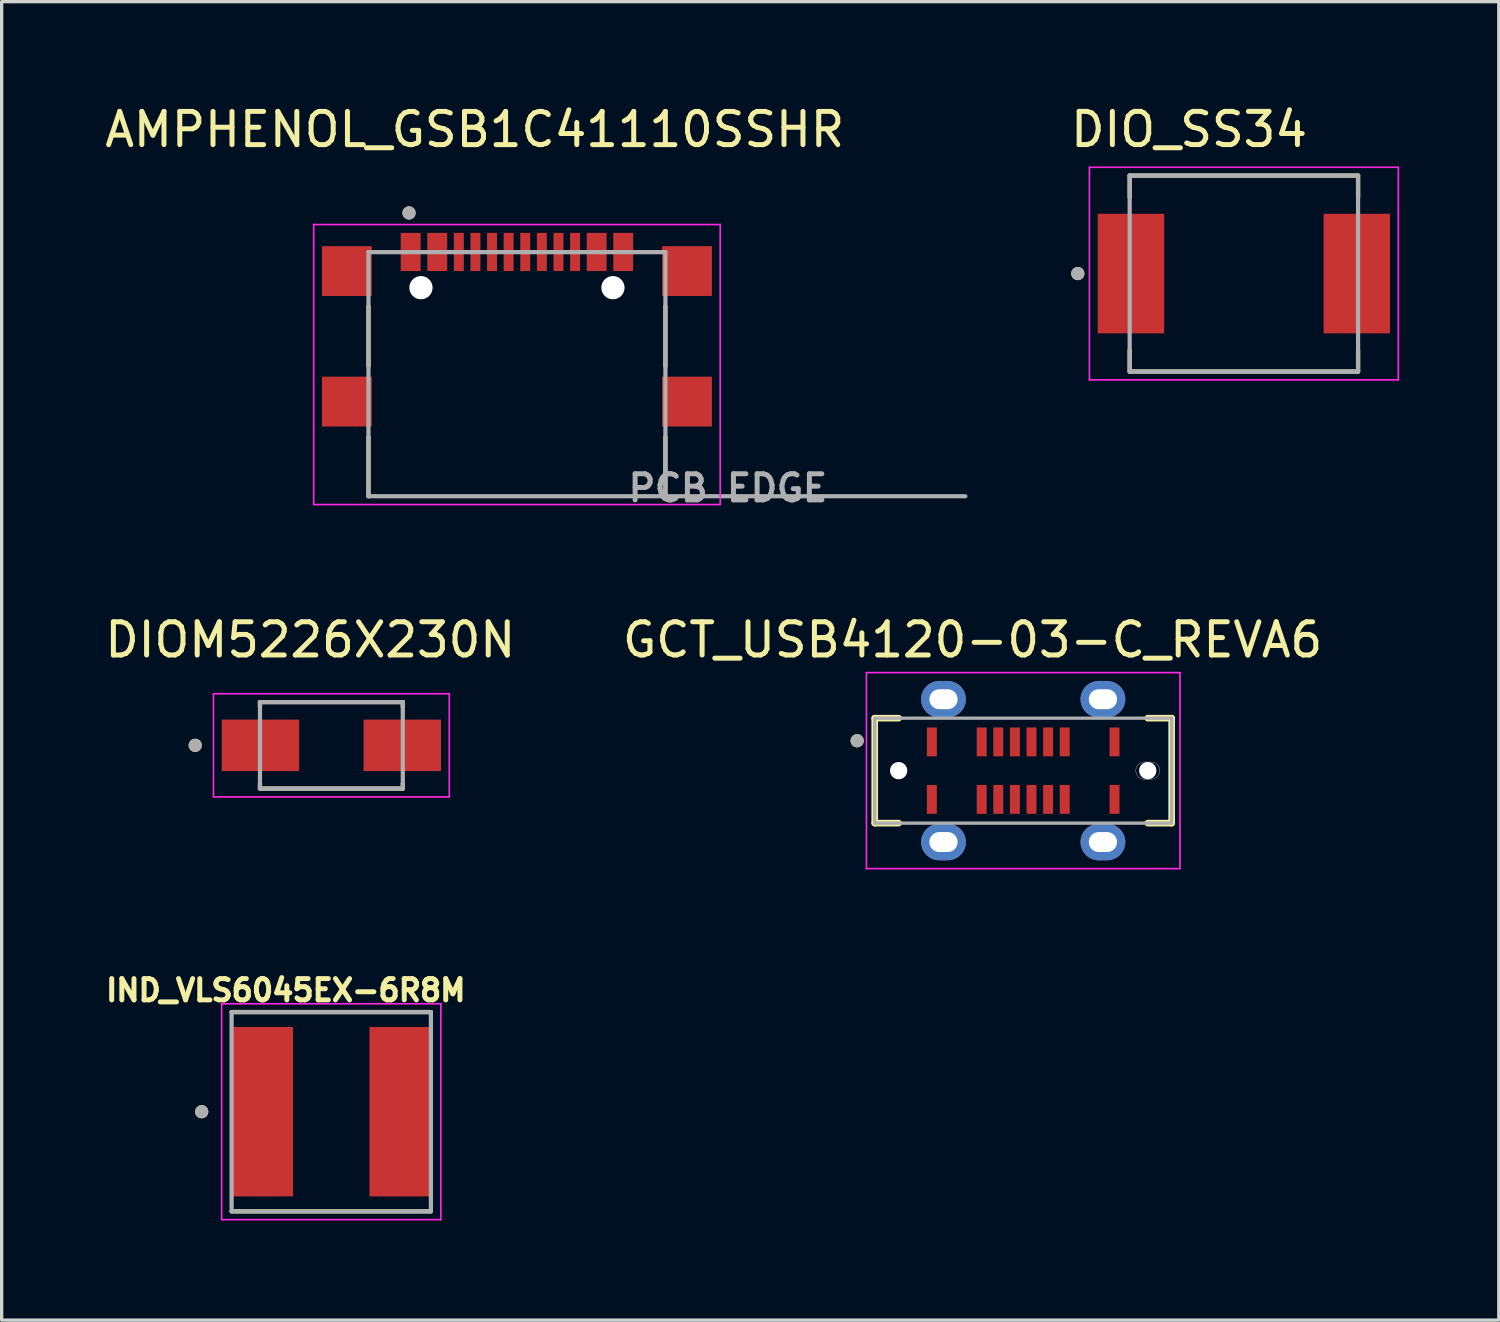
<source format=kicad_pcb>
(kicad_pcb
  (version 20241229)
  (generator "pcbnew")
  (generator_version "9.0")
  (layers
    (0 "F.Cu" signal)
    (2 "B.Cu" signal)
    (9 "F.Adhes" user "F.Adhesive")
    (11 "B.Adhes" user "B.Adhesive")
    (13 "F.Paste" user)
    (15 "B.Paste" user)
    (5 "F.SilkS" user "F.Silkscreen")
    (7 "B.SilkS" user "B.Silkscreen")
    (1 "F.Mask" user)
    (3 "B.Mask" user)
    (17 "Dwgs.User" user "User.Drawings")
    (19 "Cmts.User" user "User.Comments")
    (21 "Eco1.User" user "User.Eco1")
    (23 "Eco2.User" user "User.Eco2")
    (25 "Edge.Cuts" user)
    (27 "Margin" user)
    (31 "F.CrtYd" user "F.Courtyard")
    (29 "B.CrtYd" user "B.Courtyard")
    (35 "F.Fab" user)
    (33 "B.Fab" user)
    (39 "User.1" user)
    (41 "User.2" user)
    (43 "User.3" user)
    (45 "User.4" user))
  (footprint "IND_VLS6045EX-6R8M"
    (layer "F.Cu")
    (at 6.923 30.421)
    (property "Reference" "IND_VLS6045EX-6R8M" (at -1.368 -3.656 0) (layer "F.SilkS") (effects (font (size 0.64 0.64) (thickness 0.15))))
    (attr smd)
    (fp_line (start -3 -3) (end 3 -3) (stroke (width 0.127) (type solid)) (layer "F.SilkS"))
    (fp_line (start -3 3) (end 3 3) (stroke (width 0.127) (type solid)) (layer "F.SilkS"))
    (fp_circle (center -3.9 0) (end -3.8 0) (stroke (width 0.2) (type solid)) (fill no) (layer "F.SilkS"))
    (fp_line (start -3.3 -3.25) (end -3.3 3.25) (stroke (width 0.05) (type solid)) (layer "F.CrtYd"))
    (fp_line (start -3.3 3.25) (end 3.3 3.25) (stroke (width 0.05) (type solid)) (layer "F.CrtYd"))
    (fp_line (start 3.3 -3.25) (end -3.3 -3.25) (stroke (width 0.05) (type solid)) (layer "F.CrtYd"))
    (fp_line (start 3.3 3.25) (end 3.3 -3.25) (stroke (width 0.05) (type solid)) (layer "F.CrtYd"))
    (fp_line (start -3 -3) (end -3 3) (stroke (width 0.127) (type solid)) (layer "F.Fab"))
    (fp_line (start -3 -3) (end 3 -3) (stroke (width 0.127) (type solid)) (layer "F.Fab"))
    (fp_line (start -3 3) (end 3 3) (stroke (width 0.127) (type solid)) (layer "F.Fab"))
    (fp_line (start 3 -3) (end 3 3) (stroke (width 0.127) (type solid)) (layer "F.Fab"))
    (fp_circle (center -3.9 0) (end -3.8 0) (stroke (width 0.2) (type solid)) (fill no) (layer "F.Fab"))
    (pad "1" smd rect (at -2.1 0) (size 1.9 5.1) (layers "F.Cu" "F.Mask" "F.Paste"))
    (pad "2" smd rect (at 2.1 0) (size 1.9 5.1) (layers "F.Cu" "F.Mask" "F.Paste")))
  (footprint "GCT_USB4120-03-C_REVA6"
    (layer "F.Cu")
    (at 27.756 20.152)
    (property "Reference" "GCT_USB4120-03-C_REVA6" (at -1.524 -3.937 0) (layer "F.SilkS") (effects (font (size 1 1) (thickness 0.15))))
    (attr smd)
    (fp_line (start -4.47 -1.58) (end -4.47 1.58) (stroke (width 0.2) (type solid)) (layer "F.SilkS"))
    (fp_line (start -4.47 1.58) (end -3.75 1.58) (stroke (width 0.2) (type solid)) (layer "F.SilkS"))
    (fp_line (start -3.75 -1.58) (end -4.47 -1.58) (stroke (width 0.2) (type solid)) (layer "F.SilkS"))
    (fp_line (start 3.75 -1.58) (end 4.47 -1.58) (stroke (width 0.2) (type solid)) (layer "F.SilkS"))
    (fp_line (start 4.47 -1.58) (end 4.47 1.58) (stroke (width 0.2) (type solid)) (layer "F.SilkS"))
    (fp_line (start 4.47 1.58) (end 3.75 1.58) (stroke (width 0.2) (type solid)) (layer "F.SilkS"))
    (fp_circle (center -5 -0.9) (end -4.9 -0.9) (stroke (width 0.2) (type solid)) (fill no) (layer "F.SilkS"))
    (fp_line (start 3.65 -0.26) (end 3.85 -0.26) (stroke (width 0.01) (type solid)) (layer "Edge.Cuts"))
    (fp_line (start 3.85 0.26) (end 3.65 0.26) (stroke (width 0.01) (type solid)) (layer "Edge.Cuts"))
    (fp_arc (start 3.39 0) (mid 3.466152 -0.183848) (end 3.65 -0.26) (stroke (width 0.01) (type solid)) (layer "Edge.Cuts"))
    (fp_arc (start 3.65 0.26) (mid 3.466152 0.183848) (end 3.39 0) (stroke (width 0.01) (type solid)) (layer "Edge.Cuts"))
    (fp_arc (start 3.85 -0.26) (mid 4.033848 -0.183848) (end 4.11 0) (stroke (width 0.01) (type solid)) (layer "Edge.Cuts"))
    (fp_arc (start 4.11 0) (mid 4.033848 0.183848) (end 3.85 0.26) (stroke (width 0.01) (type solid)) (layer "Edge.Cuts"))
    (fp_line (start -4.72 -2.95) (end 4.72 -2.95) (stroke (width 0.05) (type solid)) (layer "F.CrtYd"))
    (fp_line (start -4.72 2.95) (end -4.72 -2.95) (stroke (width 0.05) (type solid)) (layer "F.CrtYd"))
    (fp_line (start 4.72 -2.95) (end 4.72 2.95) (stroke (width 0.05) (type solid)) (layer "F.CrtYd"))
    (fp_line (start 4.72 2.95) (end -4.72 2.95) (stroke (width 0.05) (type solid)) (layer "F.CrtYd"))
    (fp_line (start -4.47 -1.58) (end 4.47 -1.58) (stroke (width 0.1) (type solid)) (layer "F.Fab"))
    (fp_line (start -4.47 1.58) (end -4.47 -1.58) (stroke (width 0.1) (type solid)) (layer "F.Fab"))
    (fp_line (start 4.47 -1.58) (end 4.47 1.58) (stroke (width 0.1) (type solid)) (layer "F.Fab"))
    (fp_line (start 4.47 1.58) (end -4.47 1.58) (stroke (width 0.1) (type solid)) (layer "F.Fab"))
    (fp_circle (center -5 -0.9) (end -4.9 -0.9) (stroke (width 0.2) (type solid)) (fill no) (layer "F.Fab"))
    (pad "" np_thru_hole circle (at -3.75 0) (size 0.52 0.52) (drill 0.52) (layers "*.Cu" "*.Mask"))
    (pad "" np_thru_hole circle (at 3.75 0) (size 0.52 0.52) (drill 0.52) (layers "*.Cu" "*.Mask"))
    (pad "A1" smd rect (at -2.75 -0.865) (size 0.3 0.87) (layers "F.Cu" "F.Mask" "F.Paste"))
    (pad "A4" smd rect (at -1.25 -0.865) (size 0.3 0.87) (layers "F.Cu" "F.Mask" "F.Paste"))
    (pad "A5" smd rect (at -0.75 -0.865) (size 0.3 0.87) (layers "F.Cu" "F.Mask" "F.Paste"))
    (pad "A6" smd rect (at -0.25 -0.865) (size 0.3 0.87) (layers "F.Cu" "F.Mask" "F.Paste"))
    (pad "A7" smd rect (at 0.25 -0.865) (size 0.3 0.87) (layers "F.Cu" "F.Mask" "F.Paste"))
    (pad "A8" smd rect (at 0.75 -0.865) (size 0.3 0.87) (layers "F.Cu" "F.Mask" "F.Paste"))
    (pad "A9" smd rect (at 1.25 -0.865) (size 0.3 0.87) (layers "F.Cu" "F.Mask" "F.Paste"))
    (pad "A12" smd rect (at 2.75 -0.865) (size 0.3 0.87) (layers "F.Cu" "F.Mask" "F.Paste"))
    (pad "B1" smd rect (at 2.75 0.865) (size 0.3 0.87) (layers "F.Cu" "F.Mask" "F.Paste"))
    (pad "B4" smd rect (at 1.25 0.865) (size 0.3 0.87) (layers "F.Cu" "F.Mask" "F.Paste"))
    (pad "B5" smd rect (at 0.75 0.865) (size 0.3 0.87) (layers "F.Cu" "F.Mask" "F.Paste"))
    (pad "B6" smd rect (at 0.25 0.865) (size 0.3 0.87) (layers "F.Cu" "F.Mask" "F.Paste"))
    (pad "B7" smd rect (at -0.25 0.865) (size 0.3 0.87) (layers "F.Cu" "F.Mask" "F.Paste"))
    (pad "B8" smd rect (at -0.75 0.865) (size 0.3 0.87) (layers "F.Cu" "F.Mask" "F.Paste"))
    (pad "B9" smd rect (at -1.25 0.865) (size 0.3 0.87) (layers "F.Cu" "F.Mask" "F.Paste"))
    (pad "B12" smd rect (at -2.75 0.865) (size 0.3 0.87) (layers "F.Cu" "F.Mask" "F.Paste"))
    (pad "S1" thru_hole oval (at -2.4 -2.15) (size 1.35 1.1) (drill oval 0.85 0.6) (layers "*.Cu" "*.Mask"))
    (pad "S2" thru_hole oval (at -2.4 2.15) (size 1.35 1.1) (drill oval 0.85 0.6) (layers "*.Cu" "*.Mask"))
    (pad "S3" thru_hole oval (at 2.4 -2.15) (size 1.35 1.1) (drill oval 0.85 0.6) (layers "*.Cu" "*.Mask"))
    (pad "S4" thru_hole oval (at 2.4 2.15) (size 1.35 1.1) (drill oval 0.85 0.6) (layers "*.Cu" "*.Mask")))
  (footprint "AMPHENOL_GSB1C41110SSHR"
    (layer "F.Cu")
    (at 12.514 8.216)
    (property "Reference" "AMPHENOL_GSB1C41110SSHR" (at -1.27 -7.367 0) (layer "F.SilkS") (effects (font (size 1 1) (thickness 0.15))))
    (attr smd)
    (fp_poly (pts (xy -3.55 -4.305) (xy -2.85 -4.305) (xy -2.85 -3.055) (xy -3.55 -3.055)) (stroke (width 0.01) (type solid)) (fill yes) (layer "F.Mask"))
    (fp_poly (pts (xy -2.75 -4.305) (xy -2.05 -4.305) (xy -2.05 -3.055) (xy -2.75 -3.055)) (stroke (width 0.01) (type solid)) (fill yes) (layer "F.Mask"))
    (fp_poly (pts (xy -1.95 -4.305) (xy -1.55 -4.305) (xy -1.55 -3.055) (xy -1.95 -3.055)) (stroke (width 0.01) (type solid)) (fill yes) (layer "F.Mask"))
    (fp_poly (pts (xy -1.45 -4.305) (xy -1.05 -4.305) (xy -1.05 -3.055) (xy -1.45 -3.055)) (stroke (width 0.01) (type solid)) (fill yes) (layer "F.Mask"))
    (fp_poly (pts (xy -0.95 -4.305) (xy -0.55 -4.305) (xy -0.55 -3.055) (xy -0.95 -3.055)) (stroke (width 0.01) (type solid)) (fill yes) (layer "F.Mask"))
    (fp_poly (pts (xy -0.45 -4.305) (xy -0.05 -4.305) (xy -0.05 -3.055) (xy -0.45 -3.055)) (stroke (width 0.01) (type solid)) (fill yes) (layer "F.Mask"))
    (fp_poly (pts (xy 0.05 -4.305) (xy 0.45 -4.305) (xy 0.45 -3.055) (xy 0.05 -3.055)) (stroke (width 0.01) (type solid)) (fill yes) (layer "F.Mask"))
    (fp_poly (pts (xy 0.55 -4.305) (xy 0.95 -4.305) (xy 0.95 -3.055) (xy 0.55 -3.055)) (stroke (width 0.01) (type solid)) (fill yes) (layer "F.Mask"))
    (fp_poly (pts (xy 1.05 -4.305) (xy 1.45 -4.305) (xy 1.45 -3.055) (xy 1.05 -3.055)) (stroke (width 0.01) (type solid)) (fill yes) (layer "F.Mask"))
    (fp_poly (pts (xy 1.55 -4.305) (xy 1.95 -4.305) (xy 1.95 -3.055) (xy 1.55 -3.055)) (stroke (width 0.01) (type solid)) (fill yes) (layer "F.Mask"))
    (fp_poly (pts (xy 2.05 -4.305) (xy 2.75 -4.305) (xy 2.75 -3.055) (xy 2.05 -3.055)) (stroke (width 0.01) (type solid)) (fill yes) (layer "F.Mask"))
    (fp_poly (pts (xy 2.85 -4.305) (xy 3.55 -4.305) (xy 3.55 -3.055) (xy 2.85 -3.055)) (stroke (width 0.01) (type solid)) (fill yes) (layer "F.Mask"))
    (fp_line (start -4.47 -2.042) (end -4.47 -0.238) (stroke (width 0.127) (type solid)) (layer "F.SilkS"))
    (fp_line (start -4.47 3.675) (end -4.47 1.889) (stroke (width 0.127) (type solid)) (layer "F.SilkS"))
    (fp_line (start 4.47 -2.042) (end 4.47 -0.238) (stroke (width 0.127) (type solid)) (layer "F.SilkS"))
    (fp_line (start 4.47 3.675) (end 4.47 1.889) (stroke (width 0.127) (type solid)) (layer "F.SilkS"))
    (fp_circle (center -3.25 -4.855) (end -3.15 -4.855) (stroke (width 0.2) (type solid)) (fill no) (layer "F.SilkS"))
    (fp_line (start -6.12 -4.505) (end 6.12 -4.505) (stroke (width 0.05) (type solid)) (layer "F.CrtYd"))
    (fp_line (start -6.12 3.925) (end -6.12 -4.505) (stroke (width 0.05) (type solid)) (layer "F.CrtYd"))
    (fp_line (start 6.12 -4.505) (end 6.12 3.925) (stroke (width 0.05) (type solid)) (layer "F.CrtYd"))
    (fp_line (start 6.12 3.925) (end -6.12 3.925) (stroke (width 0.05) (type solid)) (layer "F.CrtYd"))
    (fp_line (start -4.47 -3.675) (end 4.47 -3.675) (stroke (width 0.127) (type solid)) (layer "F.Fab"))
    (fp_line (start -4.47 3.675) (end -4.47 -3.675) (stroke (width 0.127) (type solid)) (layer "F.Fab"))
    (fp_line (start 4.47 -3.675) (end 4.47 3.675) (stroke (width 0.127) (type solid)) (layer "F.Fab"))
    (fp_line (start 4.47 3.675) (end -4.47 3.675) (stroke (width 0.127) (type solid)) (layer "F.Fab"))
    (fp_line (start 4.47 3.675) (end 13.5 3.675) (stroke (width 0.127) (type solid)) (layer "F.Fab"))
    (fp_circle (center -3.25 -4.855) (end -3.15 -4.855) (stroke (width 0.2) (type solid)) (fill no) (layer "F.Fab"))
    (fp_text user "PCB EDGE" (at 6.35 3.428 0) (layer "F.Fab") (effects (font (size 0.787 0.787) (thickness 0.15))))
    (pad "" np_thru_hole circle (at -2.89 -2.605) (size 0.7 0.7) (drill 0.7) (layers "*.Cu" "*.Mask"))
    (pad "" np_thru_hole circle (at 2.89 -2.605) (size 0.7 0.7) (drill 0.7) (layers "*.Cu" "*.Mask"))
    (pad "A1_B12" smd rect (at -3.2 -3.68) (size 0.6 1.15) (layers "F.Cu" "F.Paste"))
    (pad "A4_B9" smd rect (at -2.4 -3.68) (size 0.6 1.15) (layers "F.Cu" "F.Paste"))
    (pad "A5" smd rect (at -1.25 -3.68) (size 0.3 1.15) (layers "F.Cu" "F.Paste"))
    (pad "A6" smd rect (at -0.25 -3.68) (size 0.3 1.15) (layers "F.Cu" "F.Paste"))
    (pad "A7" smd rect (at 0.25 -3.68) (size 0.3 1.15) (layers "F.Cu" "F.Paste"))
    (pad "A8" smd rect (at 1.25 -3.68) (size 0.3 1.15) (layers "F.Cu" "F.Paste"))
    (pad "B1_A12" smd rect (at 3.2 -3.68) (size 0.6 1.15) (layers "F.Cu" "F.Paste"))
    (pad "B4_A9" smd rect (at 2.4 -3.68) (size 0.6 1.15) (layers "F.Cu" "F.Paste"))
    (pad "B5" smd rect (at 1.75 -3.68) (size 0.3 1.15) (layers "F.Cu" "F.Paste"))
    (pad "B6" smd rect (at 0.75 -3.68) (size 0.3 1.15) (layers "F.Cu" "F.Paste"))
    (pad "B7" smd rect (at -0.75 -3.68) (size 0.3 1.15) (layers "F.Cu" "F.Paste"))
    (pad "B8" smd rect (at -1.75 -3.68) (size 0.3 1.15) (layers "F.Cu" "F.Paste"))
    (pad "SH1" smd rect (at -5.12 -3.105) (size 1.5 1.5) (layers "F.Cu" "F.Mask" "F.Paste"))
    (pad "SH2" smd rect (at 5.12 -3.105) (size 1.5 1.5) (layers "F.Cu" "F.Mask" "F.Paste"))
    (pad "SH3" smd rect (at -5.12 0.825) (size 1.5 1.5) (layers "F.Cu" "F.Mask" "F.Paste"))
    (pad "SH4" smd rect (at 5.12 0.825) (size 1.5 1.5) (layers "F.Cu" "F.Mask" "F.Paste")))
  (footprint "DIOM5226X230N"
    (layer "F.Cu")
    (at 6.927 19.39)
    (property "Reference" "DIOM5226X230N" (at -0.635 -3.175 0) (layer "F.SilkS") (effects (font (size 1 1) (thickness 0.15))))
    (attr smd)
    (fp_line (start -2.15 -1.302) (end 2.15 -1.302) (stroke (width 0.127) (type solid)) (layer "F.SilkS"))
    (fp_line (start -2.15 -1.15) (end -2.15 -1.302) (stroke (width 0.127) (type solid)) (layer "F.SilkS"))
    (fp_line (start -2.15 1.302) (end -2.15 1.15) (stroke (width 0.127) (type solid)) (layer "F.SilkS"))
    (fp_line (start 2.15 -1.302) (end 2.15 -1.15) (stroke (width 0.127) (type solid)) (layer "F.SilkS"))
    (fp_line (start 2.15 1.15) (end 2.15 1.302) (stroke (width 0.127) (type solid)) (layer "F.SilkS"))
    (fp_line (start 2.15 1.302) (end -2.15 1.302) (stroke (width 0.127) (type solid)) (layer "F.SilkS"))
    (fp_circle (center -4.1 0) (end -4 0) (stroke (width 0.2) (type solid)) (fill no) (layer "F.SilkS"))
    (fp_line (start -3.55 -1.552) (end 3.55 -1.552) (stroke (width 0.05) (type solid)) (layer "F.CrtYd"))
    (fp_line (start -3.55 1.552) (end -3.55 -1.552) (stroke (width 0.05) (type solid)) (layer "F.CrtYd"))
    (fp_line (start 3.55 -1.552) (end 3.55 1.552) (stroke (width 0.05) (type solid)) (layer "F.CrtYd"))
    (fp_line (start 3.55 1.552) (end -3.55 1.552) (stroke (width 0.05) (type solid)) (layer "F.CrtYd"))
    (fp_line (start -2.15 -1.302) (end 2.15 -1.302) (stroke (width 0.127) (type solid)) (layer "F.Fab"))
    (fp_line (start -2.15 1.302) (end -2.15 -1.302) (stroke (width 0.127) (type solid)) (layer "F.Fab"))
    (fp_line (start 2.15 -1.302) (end 2.15 1.302) (stroke (width 0.127) (type solid)) (layer "F.Fab"))
    (fp_line (start 2.15 1.302) (end -2.15 1.302) (stroke (width 0.127) (type solid)) (layer "F.Fab"))
    (fp_circle (center -4.1 0) (end -4 0) (stroke (width 0.2) (type solid)) (fill no) (layer "F.Fab"))
    (pad "A" smd rect (at 2.135 0) (size 2.33 1.55) (layers "F.Cu" "F.Mask" "F.Paste"))
    (pad "C" smd rect (at -2.135 0) (size 2.33 1.55) (layers "F.Cu" "F.Mask" "F.Paste")))
  (footprint "DIO_SS34"
    (layer "F.Cu")
    (at 34.4 5.186)
    (property "Reference" "DIO_SS34" (at -1.65 -4.338 0) (layer "F.SilkS") (effects (font (size 1 1) (thickness 0.15))))
    (attr smd)
    (fp_line (start -3.438 -2.95) (end -3.438 -2.3) (stroke (width 0.127) (type solid)) (layer "F.SilkS"))
    (fp_line (start -3.438 2.95) (end -3.438 2.3) (stroke (width 0.127) (type solid)) (layer "F.SilkS"))
    (fp_line (start -3.438 2.95) (end 3.438 2.95) (stroke (width 0.127) (type solid)) (layer "F.SilkS"))
    (fp_line (start 3.438 -2.95) (end -3.438 -2.95) (stroke (width 0.127) (type solid)) (layer "F.SilkS"))
    (fp_line (start 3.438 -2.3) (end 3.438 -2.95) (stroke (width 0.127) (type solid)) (layer "F.SilkS"))
    (fp_line (start 3.438 2.95) (end 3.438 2.3) (stroke (width 0.127) (type solid)) (layer "F.SilkS"))
    (fp_circle (center -5 0) (end -4.9 0) (stroke (width 0.2) (type solid)) (fill no) (layer "F.SilkS"))
    (fp_line (start -4.65 -3.2) (end -4.65 3.2) (stroke (width 0.05) (type solid)) (layer "F.CrtYd"))
    (fp_line (start -4.65 3.2) (end 4.65 3.2) (stroke (width 0.05) (type solid)) (layer "F.CrtYd"))
    (fp_line (start 4.65 -3.2) (end -4.65 -3.2) (stroke (width 0.05) (type solid)) (layer "F.CrtYd"))
    (fp_line (start 4.65 3.2) (end 4.65 -3.2) (stroke (width 0.05) (type solid)) (layer "F.CrtYd"))
    (fp_line (start -3.438 -2.95) (end -3.438 2.95) (stroke (width 0.127) (type solid)) (layer "F.Fab"))
    (fp_line (start -3.438 2.95) (end 3.438 2.95) (stroke (width 0.127) (type solid)) (layer "F.Fab"))
    (fp_line (start 3.438 -2.95) (end -3.438 -2.95) (stroke (width 0.127) (type solid)) (layer "F.Fab"))
    (fp_line (start 3.438 2.95) (end 3.438 -2.95) (stroke (width 0.127) (type solid)) (layer "F.Fab"))
    (fp_circle (center -5 0) (end -4.9 0) (stroke (width 0.2) (type solid)) (fill no) (layer "F.Fab"))
    (pad "A" smd rect (at 3.4 0) (size 2 3.6) (layers "F.Cu" "F.Mask" "F.Paste"))
    (pad "C" smd rect (at -3.4 0) (size 2 3.6) (layers "F.Cu" "F.Mask" "F.Paste")))
  (gr_rect
    (start -3 -3)
    (end 42.075 36.696)
    (stroke (width 0.1) (type default))
    (fill no)
    (layer "Edge.Cuts")))
</source>
